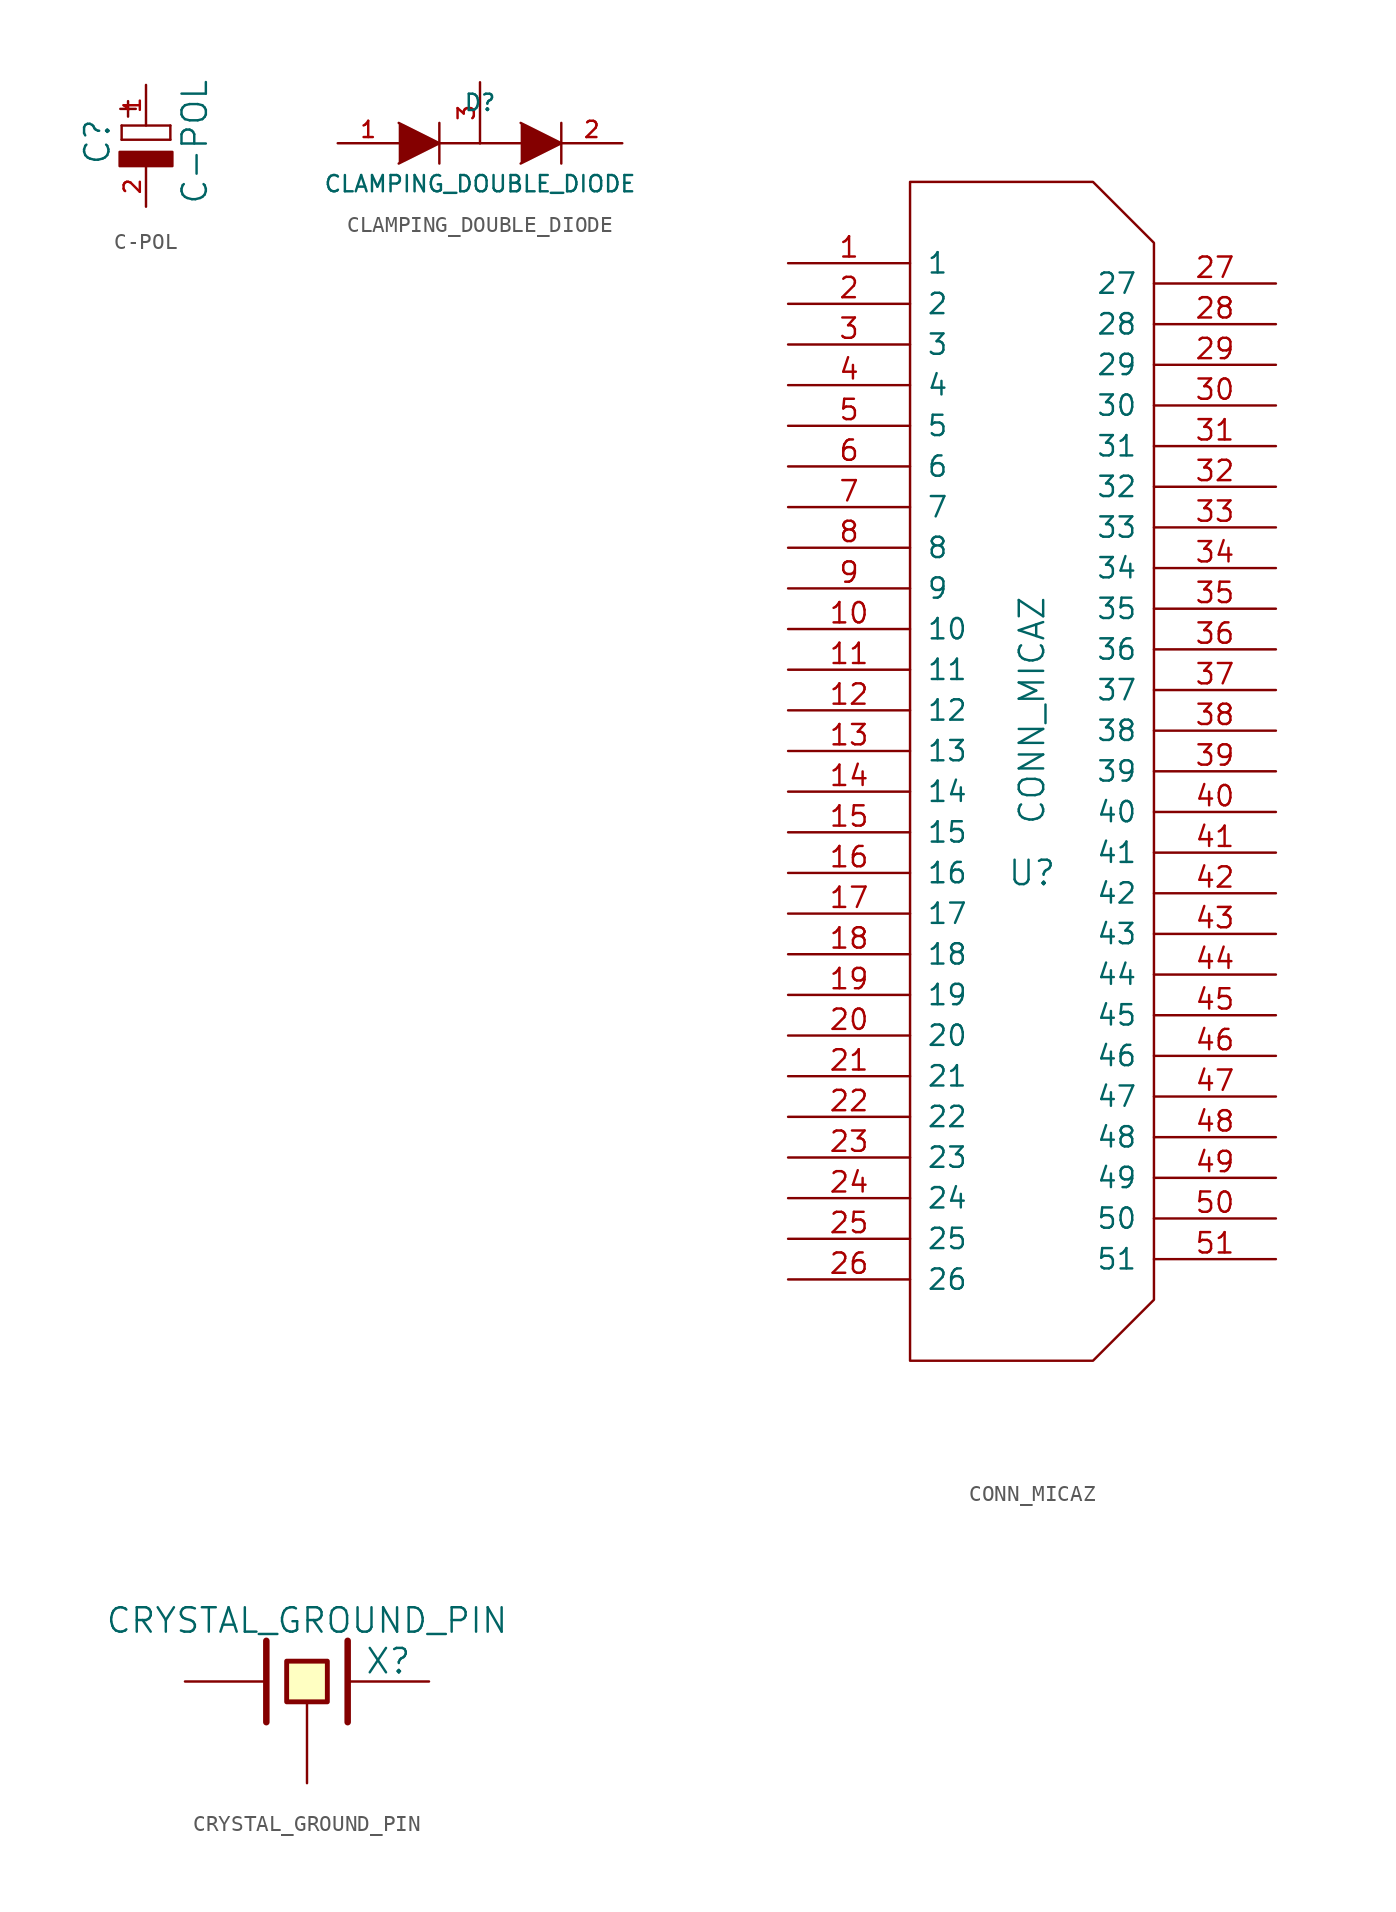
<source format=kicad_sym>
(kicad_symbol_lib
  (version 20231120)
  (generator "kicad_symbol_editor")
  (generator_version "8.0")
  (symbol "C-POL"
    (pin_names
      (offset 1.016))
    (property "Reference" "C"
      (at -3.048 0.254 90)
      (effects (font (size 1.524 1.524))))
    (property "Value" "C-POL"
      (at 3.048 0.254 90)
      (effects (font (size 1.524 1.524))))
    (property "Footprint" ""
      (at 0 0 0)
      (effects (font (size 1.524 1.524))))
    (property "Datasheet" ""
      (at 0 0 0)
      (effects (font (size 1.524 1.524))))
    (symbol "C-POL_1_0"
      (polyline (pts (xy -1.524 0.381) (xy 1.524 0.381)) (stroke (width 0) (type solid)) (fill (type none)))
      (polyline (pts (xy -1.524 1.27) (xy -1.524 0.381)) (stroke (width 0) (type solid)) (fill (type none)))
      (polyline (pts (xy -1.524 1.27) (xy 1.524 1.27)) (stroke (width 0) (type solid)) (fill (type none)))
      (polyline (pts (xy 1.524 0.381) (xy 1.524 1.27)) (stroke (width 0) (type solid)) (fill (type none)))
      (text "+" (at -1.219 2.311 1) (effects (font (size 1.27 1.27)))))
    (symbol "C-POL_1_1"
      (rectangle (start -1.651 -1.27) (end 1.651 -0.381) (stroke (width 0) (type solid)) (fill (type outline)))
      (pin passive line (at 0 3.81 270) (length 2.54) (name "~" (effects (font (size 1.016 1.016)))) (number "1" (effects (font (size 1.016 1.016)))))
      (pin passive line (at 0 -3.81 90) (length 2.54) (name "~" (effects (font (size 1.016 1.016)))) (number "2" (effects (font (size 1.016 1.016)))))))
  (symbol "CLAMPING_DOUBLE_DIODE"
    (pin_names
      (offset 1.016) hide)
    (property "Reference" "D"
      (at 0 2.54 0)
      (effects (font (size 1.016 1.016))))
    (property "Value" "CLAMPING_DOUBLE_DIODE"
      (at 0 -2.54 0)
      (effects (font (size 1.016 1.016))))
    (property "Footprint" ""
      (at 0 0 0)
      (effects (font (size 1.524 1.524))))
    (property "Datasheet" ""
      (at 0 0 0)
      (effects (font (size 1.524 1.524))))
    (symbol "CLAMPING_DOUBLE_DIODE_0_1"
      (polyline (pts (xy -2.54 0) (xy 0 0)) (stroke (width 0) (type solid)) (fill (type none)))
      (polyline (pts (xy -2.54 1.27) (xy -2.54 -1.27)) (stroke (width 0.152) (type solid)) (fill (type none)))
      (polyline (pts (xy 0 0) (xy 2.54 0)) (stroke (width 0) (type solid)) (fill (type none)))
      (polyline (pts (xy 5.08 1.27) (xy 5.08 -1.27)) (stroke (width 0.152) (type solid)) (fill (type none)))
      (polyline (pts (xy -5.08 1.27) (xy -2.54 0) (xy -5.08 -1.27)) (stroke (width 0) (type solid)) (fill (type outline)))
      (polyline (pts (xy 2.54 1.27) (xy 5.08 0) (xy 2.54 -1.27)) (stroke (width 0) (type solid)) (fill (type outline))))
    (symbol "CLAMPING_DOUBLE_DIODE_1_1"
      (pin passive line (at -8.89 0 0) (length 3.81) (name "A" (effects (font (size 1.016 1.016)))) (number "1" (effects (font (size 1.016 1.016)))))
      (pin passive line (at 8.89 0 180) (length 3.81) (name "K" (effects (font (size 1.016 1.016)))) (number "2" (effects (font (size 1.016 1.016)))))
      (pin passive line (at 0 3.81 270) (length 3.81) (name "COMMON" (effects (font (size 1.016 1.016)))) (number "3" (effects (font (size 1.016 1.016)))))))
  (symbol "CONN_MICAZ"
    (pin_names
      (offset 1.016))
    (property "Reference" "U"
      (at 0 -6.35 0)
      (effects (font (size 1.524 1.524))))
    (property "Value" "CONN_MICAZ"
      (at 0 3.81 90)
      (effects (font (size 1.524 1.524))))
    (property "Footprint" ""
      (at 0 0 0)
      (effects (font (size 1.524 1.524))))
    (property "Datasheet" ""
      (at 0 0 0)
      (effects (font (size 1.524 1.524))))
    (symbol "CONN_MICAZ_0_1"
      (polyline (pts (xy -7.62 36.83) (xy -7.62 -36.83) (xy 3.81 -36.83) (xy 7.62 -33.02) (xy 7.62 33.02) (xy 3.81 36.83) (xy -7.62 36.83)) (stroke (width 0) (type solid)) (fill (type none))))
    (symbol "CONN_MICAZ_1_1"
      (pin bidirectional line (at -15.24 31.75 0) (length 7.62) (name "1" (effects (font (size 1.27 1.27)))) (number "1" (effects (font (size 1.27 1.27)))))
      (pin bidirectional line (at -15.24 8.89 0) (length 7.62) (name "10" (effects (font (size 1.27 1.27)))) (number "10" (effects (font (size 1.27 1.27)))))
      (pin bidirectional line (at -15.24 6.35 0) (length 7.62) (name "11" (effects (font (size 1.27 1.27)))) (number "11" (effects (font (size 1.27 1.27)))))
      (pin bidirectional line (at -15.24 3.81 0) (length 7.62) (name "12" (effects (font (size 1.27 1.27)))) (number "12" (effects (font (size 1.27 1.27)))))
      (pin bidirectional line (at -15.24 1.27 0) (length 7.62) (name "13" (effects (font (size 1.27 1.27)))) (number "13" (effects (font (size 1.27 1.27)))))
      (pin bidirectional line (at -15.24 -1.27 0) (length 7.62) (name "14" (effects (font (size 1.27 1.27)))) (number "14" (effects (font (size 1.27 1.27)))))
      (pin bidirectional line (at -15.24 -3.81 0) (length 7.62) (name "15" (effects (font (size 1.27 1.27)))) (number "15" (effects (font (size 1.27 1.27)))))
      (pin bidirectional line (at -15.24 -6.35 0) (length 7.62) (name "16" (effects (font (size 1.27 1.27)))) (number "16" (effects (font (size 1.27 1.27)))))
      (pin bidirectional line (at -15.24 -8.89 0) (length 7.62) (name "17" (effects (font (size 1.27 1.27)))) (number "17" (effects (font (size 1.27 1.27)))))
      (pin bidirectional line (at -15.24 -11.43 0) (length 7.62) (name "18" (effects (font (size 1.27 1.27)))) (number "18" (effects (font (size 1.27 1.27)))))
      (pin bidirectional line (at -15.24 -13.97 0) (length 7.62) (name "19" (effects (font (size 1.27 1.27)))) (number "19" (effects (font (size 1.27 1.27)))))
      (pin bidirectional line (at -15.24 29.21 0) (length 7.62) (name "2" (effects (font (size 1.27 1.27)))) (number "2" (effects (font (size 1.27 1.27)))))
      (pin bidirectional line (at -15.24 -16.51 0) (length 7.62) (name "20" (effects (font (size 1.27 1.27)))) (number "20" (effects (font (size 1.27 1.27)))))
      (pin bidirectional line (at -15.24 -19.05 0) (length 7.62) (name "21" (effects (font (size 1.27 1.27)))) (number "21" (effects (font (size 1.27 1.27)))))
      (pin bidirectional line (at -15.24 -21.59 0) (length 7.62) (name "22" (effects (font (size 1.27 1.27)))) (number "22" (effects (font (size 1.27 1.27)))))
      (pin bidirectional line (at -15.24 -24.13 0) (length 7.62) (name "23" (effects (font (size 1.27 1.27)))) (number "23" (effects (font (size 1.27 1.27)))))
      (pin bidirectional line (at -15.24 -26.67 0) (length 7.62) (name "24" (effects (font (size 1.27 1.27)))) (number "24" (effects (font (size 1.27 1.27)))))
      (pin bidirectional line (at -15.24 -29.21 0) (length 7.62) (name "25" (effects (font (size 1.27 1.27)))) (number "25" (effects (font (size 1.27 1.27)))))
      (pin bidirectional line (at -15.24 -31.75 0) (length 7.62) (name "26" (effects (font (size 1.27 1.27)))) (number "26" (effects (font (size 1.27 1.27)))))
      (pin bidirectional line (at 15.24 30.48 180) (length 7.62) (name "27" (effects (font (size 1.27 1.27)))) (number "27" (effects (font (size 1.27 1.27)))))
      (pin bidirectional line (at 15.24 27.94 180) (length 7.62) (name "28" (effects (font (size 1.27 1.27)))) (number "28" (effects (font (size 1.27 1.27)))))
      (pin bidirectional line (at 15.24 25.4 180) (length 7.62) (name "29" (effects (font (size 1.27 1.27)))) (number "29" (effects (font (size 1.27 1.27)))))
      (pin bidirectional line (at -15.24 26.67 0) (length 7.62) (name "3" (effects (font (size 1.27 1.27)))) (number "3" (effects (font (size 1.27 1.27)))))
      (pin bidirectional line (at 15.24 22.86 180) (length 7.62) (name "30" (effects (font (size 1.27 1.27)))) (number "30" (effects (font (size 1.27 1.27)))))
      (pin bidirectional line (at 15.24 20.32 180) (length 7.62) (name "31" (effects (font (size 1.27 1.27)))) (number "31" (effects (font (size 1.27 1.27)))))
      (pin bidirectional line (at 15.24 17.78 180) (length 7.62) (name "32" (effects (font (size 1.27 1.27)))) (number "32" (effects (font (size 1.27 1.27)))))
      (pin bidirectional line (at 15.24 15.24 180) (length 7.62) (name "33" (effects (font (size 1.27 1.27)))) (number "33" (effects (font (size 1.27 1.27)))))
      (pin bidirectional line (at 15.24 12.7 180) (length 7.62) (name "34" (effects (font (size 1.27 1.27)))) (number "34" (effects (font (size 1.27 1.27)))))
      (pin bidirectional line (at 15.24 10.16 180) (length 7.62) (name "35" (effects (font (size 1.27 1.27)))) (number "35" (effects (font (size 1.27 1.27)))))
      (pin bidirectional line (at 15.24 7.62 180) (length 7.62) (name "36" (effects (font (size 1.27 1.27)))) (number "36" (effects (font (size 1.27 1.27)))))
      (pin bidirectional line (at 15.24 5.08 180) (length 7.62) (name "37" (effects (font (size 1.27 1.27)))) (number "37" (effects (font (size 1.27 1.27)))))
      (pin bidirectional line (at 15.24 2.54 180) (length 7.62) (name "38" (effects (font (size 1.27 1.27)))) (number "38" (effects (font (size 1.27 1.27)))))
      (pin bidirectional line (at 15.24 0 180) (length 7.62) (name "39" (effects (font (size 1.27 1.27)))) (number "39" (effects (font (size 1.27 1.27)))))
      (pin bidirectional line (at -15.24 24.13 0) (length 7.62) (name "4" (effects (font (size 1.27 1.27)))) (number "4" (effects (font (size 1.27 1.27)))))
      (pin bidirectional line (at 15.24 -2.54 180) (length 7.62) (name "40" (effects (font (size 1.27 1.27)))) (number "40" (effects (font (size 1.27 1.27)))))
      (pin bidirectional line (at 15.24 -5.08 180) (length 7.62) (name "41" (effects (font (size 1.27 1.27)))) (number "41" (effects (font (size 1.27 1.27)))))
      (pin bidirectional line (at 15.24 -7.62 180) (length 7.62) (name "42" (effects (font (size 1.27 1.27)))) (number "42" (effects (font (size 1.27 1.27)))))
      (pin bidirectional line (at 15.24 -10.16 180) (length 7.62) (name "43" (effects (font (size 1.27 1.27)))) (number "43" (effects (font (size 1.27 1.27)))))
      (pin bidirectional line (at 15.24 -12.7 180) (length 7.62) (name "44" (effects (font (size 1.27 1.27)))) (number "44" (effects (font (size 1.27 1.27)))))
      (pin bidirectional line (at 15.24 -15.24 180) (length 7.62) (name "45" (effects (font (size 1.27 1.27)))) (number "45" (effects (font (size 1.27 1.27)))))
      (pin bidirectional line (at 15.24 -17.78 180) (length 7.62) (name "46" (effects (font (size 1.27 1.27)))) (number "46" (effects (font (size 1.27 1.27)))))
      (pin bidirectional line (at 15.24 -20.32 180) (length 7.62) (name "47" (effects (font (size 1.27 1.27)))) (number "47" (effects (font (size 1.27 1.27)))))
      (pin bidirectional line (at 15.24 -22.86 180) (length 7.62) (name "48" (effects (font (size 1.27 1.27)))) (number "48" (effects (font (size 1.27 1.27)))))
      (pin bidirectional line (at 15.24 -25.4 180) (length 7.62) (name "49" (effects (font (size 1.27 1.27)))) (number "49" (effects (font (size 1.27 1.27)))))
      (pin bidirectional line (at -15.24 21.59 0) (length 7.62) (name "5" (effects (font (size 1.27 1.27)))) (number "5" (effects (font (size 1.27 1.27)))))
      (pin bidirectional line (at 15.24 -27.94 180) (length 7.62) (name "50" (effects (font (size 1.27 1.27)))) (number "50" (effects (font (size 1.27 1.27)))))
      (pin bidirectional line (at 15.24 -30.48 180) (length 7.62) (name "51" (effects (font (size 1.27 1.27)))) (number "51" (effects (font (size 1.27 1.27)))))
      (pin bidirectional line (at -15.24 19.05 0) (length 7.62) (name "6" (effects (font (size 1.27 1.27)))) (number "6" (effects (font (size 1.27 1.27)))))
      (pin bidirectional line (at -15.24 16.51 0) (length 7.62) (name "7" (effects (font (size 1.27 1.27)))) (number "7" (effects (font (size 1.27 1.27)))))
      (pin bidirectional line (at -15.24 13.97 0) (length 7.62) (name "8" (effects (font (size 1.27 1.27)))) (number "8" (effects (font (size 1.27 1.27)))))
      (pin bidirectional line (at -15.24 11.43 0) (length 7.62) (name "9" (effects (font (size 1.27 1.27)))) (number "9" (effects (font (size 1.27 1.27)))))))
  (symbol "CRYSTAL_GROUND_PIN"
    (pin_numbers hide)
    (pin_names
      (offset 1.016) hide)
    (property "Reference" "X"
      (at 5.08 1.27 0)
      (effects (font (size 1.524 1.524))))
    (property "Value" "CRYSTAL_GROUND_PIN"
      (at 0 3.81 0)
      (effects (font (size 1.524 1.524))))
    (property "Footprint" ""
      (at 0 0 0)
      (effects (font (size 1.524 1.524))))
    (property "Datasheet" ""
      (at 0 0 0)
      (effects (font (size 1.524 1.524))))
    (symbol "CRYSTAL_GROUND_PIN_0_1"
      (polyline (pts (xy -2.54 2.54) (xy -2.54 -2.54)) (stroke (width 0.406) (type solid)) (fill (type none)))
      (polyline (pts (xy 2.54 2.54) (xy 2.54 -2.54)) (stroke (width 0.406) (type solid)) (fill (type none)))
      (polyline (pts (xy -1.27 1.27) (xy 1.27 1.27) (xy 1.27 -1.27) (xy -1.27 -1.27) (xy -1.27 1.27)) (stroke (width 0.305) (type solid)) (fill (type background))))
    (symbol "CRYSTAL_GROUND_PIN_1_1"
      (pin passive line (at -7.62 0 0) (length 5.08) (name "1" (effects (font (size 1.016 1.016)))) (number "1" (effects (font (size 1.016 1.016)))))
      (pin passive line (at 7.62 0 180) (length 5.08) (name "2" (effects (font (size 1.016 1.016)))) (number "2" (effects (font (size 1.016 1.016)))))
      (pin passive line (at 0 -6.35 90) (length 5.08) (name "GND" (effects (font (size 1.016 1.016)))) (number "3" (effects (font (size 1.016 1.016))))))))
</source>
